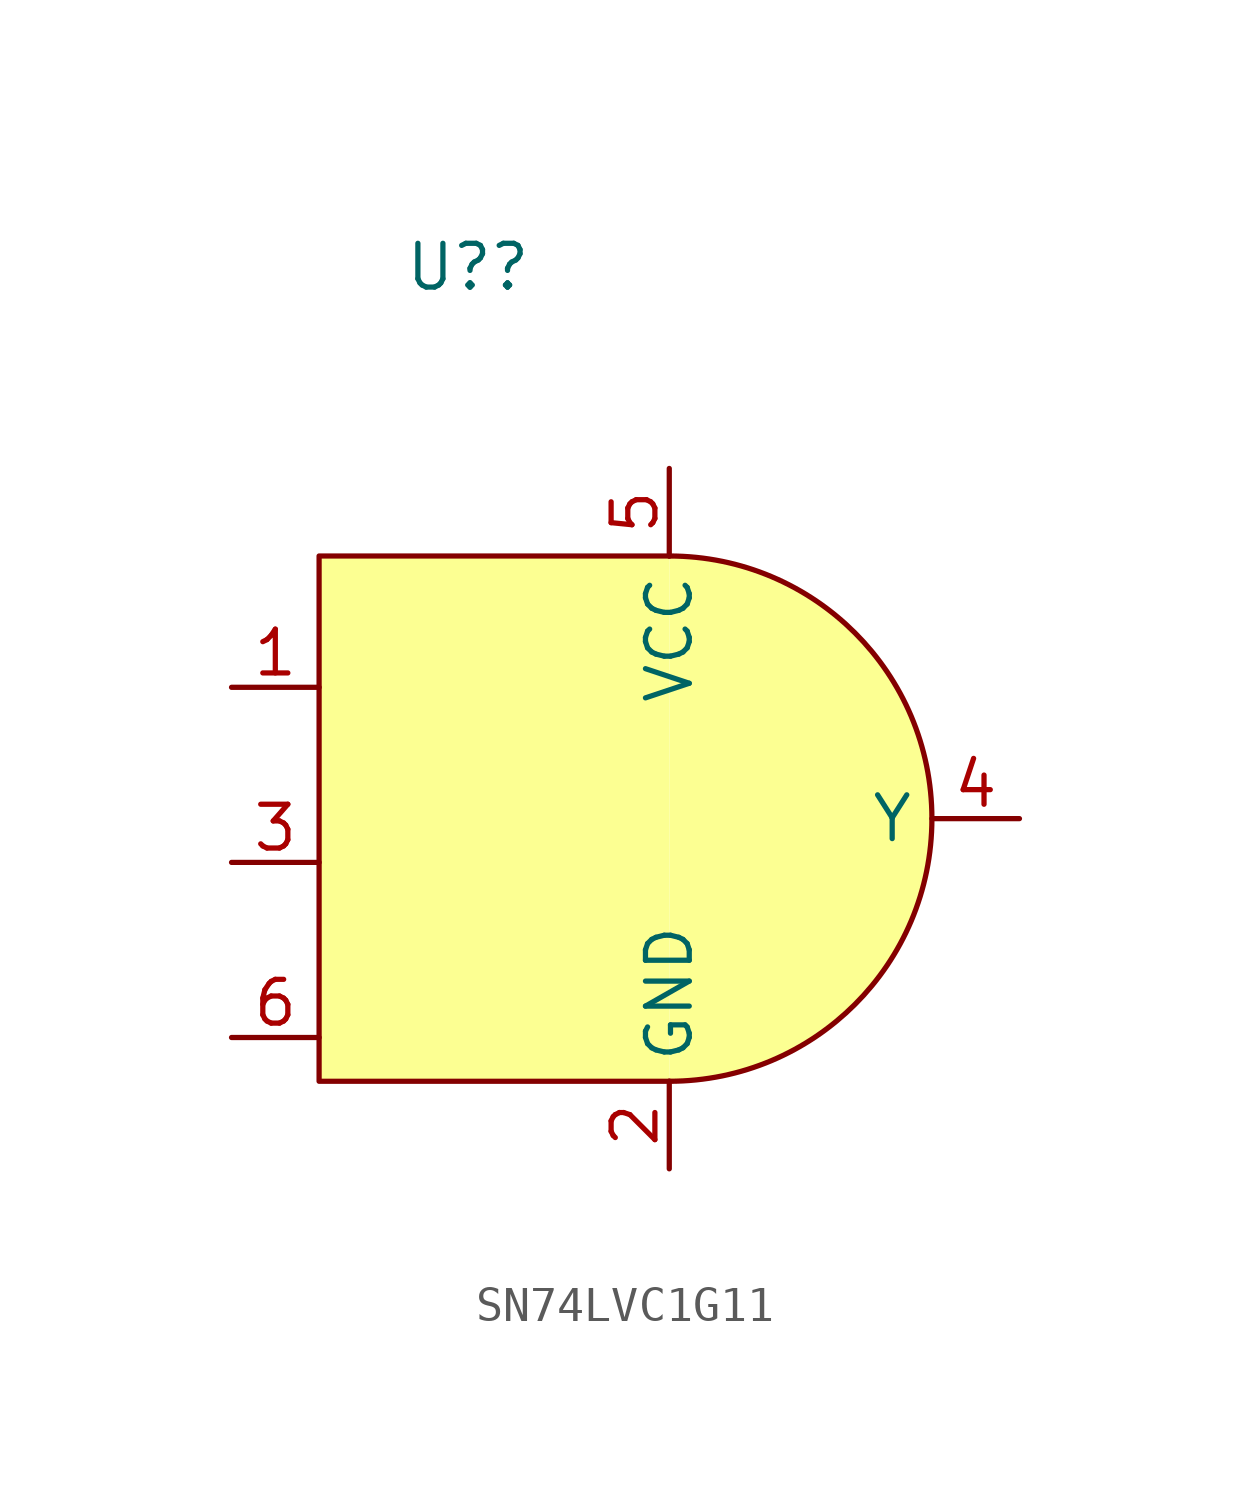
<source format=kicad_sym>
(kicad_symbol_lib
  (version 20241209)
  (generator "kicad_symbol_editor")
  (generator_version "9.0")
  (symbol "SN74LVC1G11"
    (property "Reference" "U?"
      (at -5.842 16.002 0)
      (effects (font (size 1.27 1.27))))
    (property "Value" ""
      (at 0 0 0)
      (effects (font (size 1.27 1.27))))
    (symbol "SN74LVC1G11_1_1"
      (polyline (pts (xy 0 7.62) (xy -10.16 7.62) (xy -10.16 -7.62) (xy 0 -7.62)) (stroke (width 0) (type solid)) (fill (type color) (color 252 255 146 1)))
      (arc (start 0 7.62) (mid 7.62 0) (end 0 -7.62) (stroke (width 0) (type solid)) (fill (type color) (color 252 255 146 1)))
      (pin input line (at -12.7 3.81 0) (length 2.54) (name "" (effects (font (size 1.27 1.27)))) (number "1" (effects (font (size 1.27 1.27)))))
      (pin input line (at -12.7 -1.27 0) (length 2.54) (name "" (effects (font (size 1.27 1.27)))) (number "3" (effects (font (size 1.27 1.27)))))
      (pin input line (at -12.7 -6.35 0) (length 2.54) (name "" (effects (font (size 1.27 1.27)))) (number "6" (effects (font (size 1.27 1.27)))))
      (pin power_in line (at 0 10.16 270) (length 2.54) (name "VCC" (effects (font (size 1.27 1.27)))) (number "5" (effects (font (size 1.27 1.27)))))
      (pin power_out line (at 0 -10.16 90) (length 2.54) (name "GND" (effects (font (size 1.27 1.27)))) (number "2" (effects (font (size 1.27 1.27)))))
      (pin output line (at 10.16 0 180) (length 2.54) (name "Y" (effects (font (size 1.27 1.27)))) (number "4" (effects (font (size 1.27 1.27))))))))
</source>
